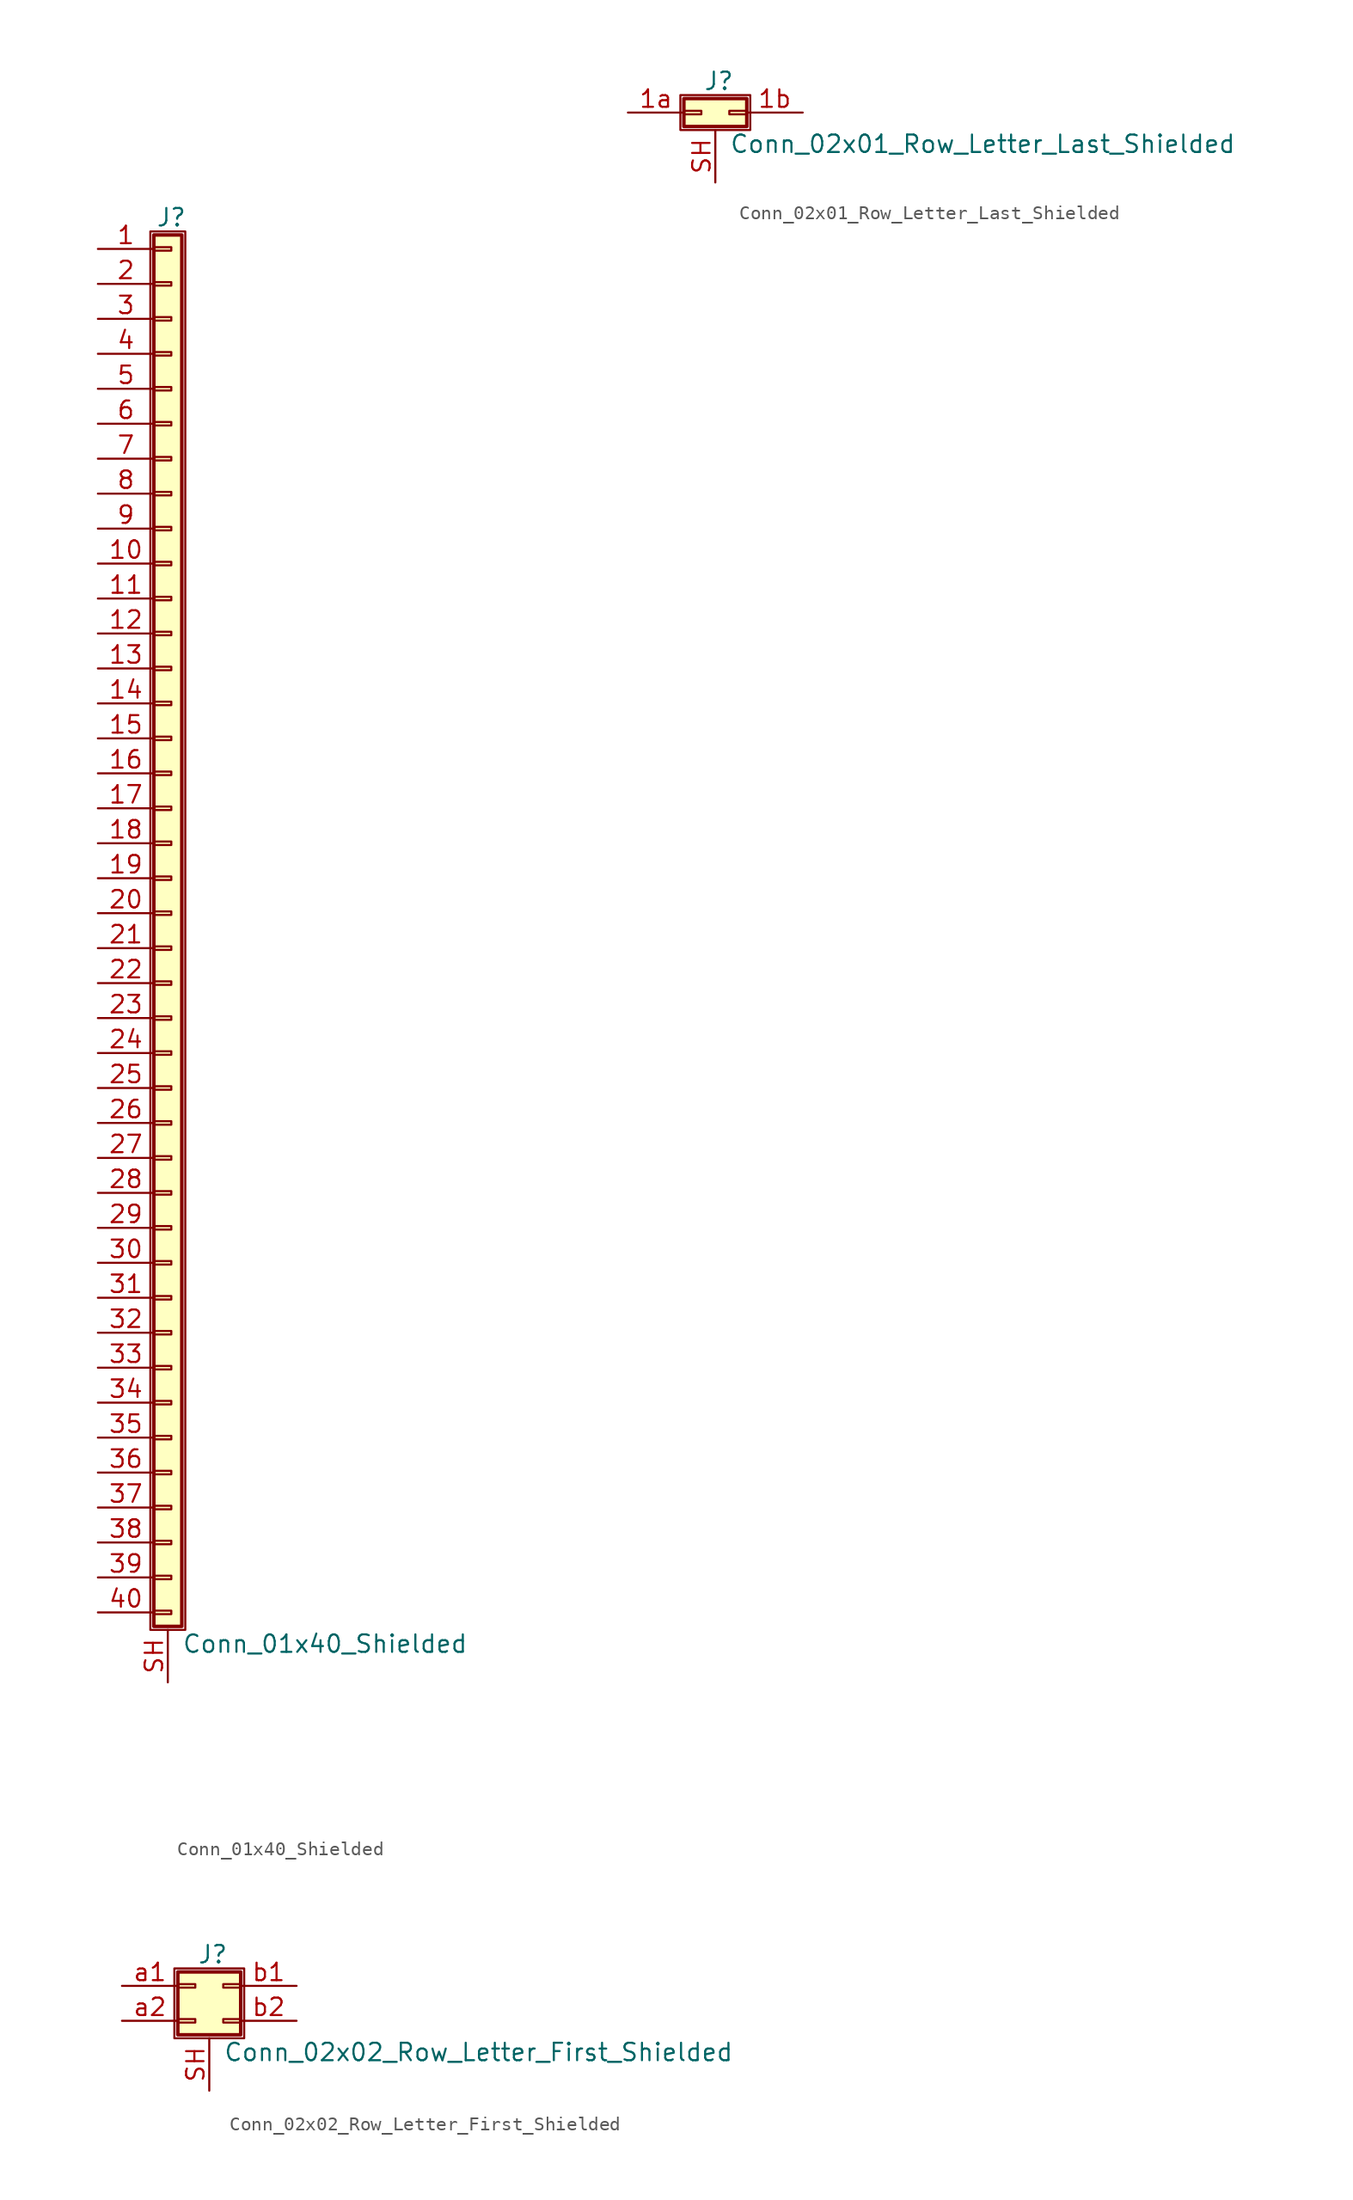
<source format=kicad_sym>
(kicad_symbol_lib
  (version 20220914)
  (generator kicad_symbol_editor)
  (symbol "Conn_01x40_Shielded"
    (pin_names
      (offset 1.016) hide)
    (property "Reference" "J"
      (at 0.254 50.546 0)
      (effects (font (size 1.27 1.27))))
    (property "Value" "Conn_01x40_Shielded"
      (at 1.016 -53.086 0)
      (effects (font (size 1.27 1.27)) (justify left)))
    (symbol "Conn_01x40_Shielded_1_1"
      (rectangle (start -1.27 49.53) (end 1.27 -52.07) (stroke (width 0.152) (type default)) (fill (type none)))
      (rectangle (start -1.016 -50.673) (end 0.254 -50.927) (stroke (width 0.152) (type default)) (fill (type none)))
      (rectangle (start -1.016 -48.133) (end 0.254 -48.387) (stroke (width 0.152) (type default)) (fill (type none)))
      (rectangle (start -1.016 -45.593) (end 0.254 -45.847) (stroke (width 0.152) (type default)) (fill (type none)))
      (rectangle (start -1.016 -43.053) (end 0.254 -43.307) (stroke (width 0.152) (type default)) (fill (type none)))
      (rectangle (start -1.016 -40.513) (end 0.254 -40.767) (stroke (width 0.152) (type default)) (fill (type none)))
      (rectangle (start -1.016 -37.973) (end 0.254 -38.227) (stroke (width 0.152) (type default)) (fill (type none)))
      (rectangle (start -1.016 -35.433) (end 0.254 -35.687) (stroke (width 0.152) (type default)) (fill (type none)))
      (rectangle (start -1.016 -32.893) (end 0.254 -33.147) (stroke (width 0.152) (type default)) (fill (type none)))
      (rectangle (start -1.016 -30.353) (end 0.254 -30.607) (stroke (width 0.152) (type default)) (fill (type none)))
      (rectangle (start -1.016 -27.813) (end 0.254 -28.067) (stroke (width 0.152) (type default)) (fill (type none)))
      (rectangle (start -1.016 -25.273) (end 0.254 -25.527) (stroke (width 0.152) (type default)) (fill (type none)))
      (rectangle (start -1.016 -22.733) (end 0.254 -22.987) (stroke (width 0.152) (type default)) (fill (type none)))
      (rectangle (start -1.016 -20.193) (end 0.254 -20.447) (stroke (width 0.152) (type default)) (fill (type none)))
      (rectangle (start -1.016 -17.653) (end 0.254 -17.907) (stroke (width 0.152) (type default)) (fill (type none)))
      (rectangle (start -1.016 -15.113) (end 0.254 -15.367) (stroke (width 0.152) (type default)) (fill (type none)))
      (rectangle (start -1.016 -12.573) (end 0.254 -12.827) (stroke (width 0.152) (type default)) (fill (type none)))
      (rectangle (start -1.016 -10.033) (end 0.254 -10.287) (stroke (width 0.152) (type default)) (fill (type none)))
      (rectangle (start -1.016 -7.493) (end 0.254 -7.747) (stroke (width 0.152) (type default)) (fill (type none)))
      (rectangle (start -1.016 -4.953) (end 0.254 -5.207) (stroke (width 0.152) (type default)) (fill (type none)))
      (rectangle (start -1.016 -2.413) (end 0.254 -2.667) (stroke (width 0.152) (type default)) (fill (type none)))
      (rectangle (start -1.016 0.127) (end 0.254 -0.127) (stroke (width 0.152) (type default)) (fill (type none)))
      (rectangle (start -1.016 2.667) (end 0.254 2.413) (stroke (width 0.152) (type default)) (fill (type none)))
      (rectangle (start -1.016 5.207) (end 0.254 4.953) (stroke (width 0.152) (type default)) (fill (type none)))
      (rectangle (start -1.016 7.747) (end 0.254 7.493) (stroke (width 0.152) (type default)) (fill (type none)))
      (rectangle (start -1.016 10.287) (end 0.254 10.033) (stroke (width 0.152) (type default)) (fill (type none)))
      (rectangle (start -1.016 12.827) (end 0.254 12.573) (stroke (width 0.152) (type default)) (fill (type none)))
      (rectangle (start -1.016 15.367) (end 0.254 15.113) (stroke (width 0.152) (type default)) (fill (type none)))
      (rectangle (start -1.016 17.907) (end 0.254 17.653) (stroke (width 0.152) (type default)) (fill (type none)))
      (rectangle (start -1.016 20.447) (end 0.254 20.193) (stroke (width 0.152) (type default)) (fill (type none)))
      (rectangle (start -1.016 22.987) (end 0.254 22.733) (stroke (width 0.152) (type default)) (fill (type none)))
      (rectangle (start -1.016 25.527) (end 0.254 25.273) (stroke (width 0.152) (type default)) (fill (type none)))
      (rectangle (start -1.016 28.067) (end 0.254 27.813) (stroke (width 0.152) (type default)) (fill (type none)))
      (rectangle (start -1.016 30.607) (end 0.254 30.353) (stroke (width 0.152) (type default)) (fill (type none)))
      (rectangle (start -1.016 33.147) (end 0.254 32.893) (stroke (width 0.152) (type default)) (fill (type none)))
      (rectangle (start -1.016 35.687) (end 0.254 35.433) (stroke (width 0.152) (type default)) (fill (type none)))
      (rectangle (start -1.016 38.227) (end 0.254 37.973) (stroke (width 0.152) (type default)) (fill (type none)))
      (rectangle (start -1.016 40.767) (end 0.254 40.513) (stroke (width 0.152) (type default)) (fill (type none)))
      (rectangle (start -1.016 43.307) (end 0.254 43.053) (stroke (width 0.152) (type default)) (fill (type none)))
      (rectangle (start -1.016 45.847) (end 0.254 45.593) (stroke (width 0.152) (type default)) (fill (type none)))
      (rectangle (start -1.016 48.387) (end 0.254 48.133) (stroke (width 0.152) (type default)) (fill (type none)))
      (rectangle (start -1.016 49.276) (end 1.016 -51.816) (stroke (width 0.254) (type default)) (fill (type background)))
      (pin passive line (at -5.08 48.26 0) (length 4.064) (name "Pin_1" (effects (font (size 1.27 1.27)))) (number "1" (effects (font (size 1.27 1.27)))))
      (pin passive line (at -5.08 25.4 0) (length 4.064) (name "Pin_10" (effects (font (size 1.27 1.27)))) (number "10" (effects (font (size 1.27 1.27)))))
      (pin passive line (at -5.08 22.86 0) (length 4.064) (name "Pin_11" (effects (font (size 1.27 1.27)))) (number "11" (effects (font (size 1.27 1.27)))))
      (pin passive line (at -5.08 20.32 0) (length 4.064) (name "Pin_12" (effects (font (size 1.27 1.27)))) (number "12" (effects (font (size 1.27 1.27)))))
      (pin passive line (at -5.08 17.78 0) (length 4.064) (name "Pin_13" (effects (font (size 1.27 1.27)))) (number "13" (effects (font (size 1.27 1.27)))))
      (pin passive line (at -5.08 15.24 0) (length 4.064) (name "Pin_14" (effects (font (size 1.27 1.27)))) (number "14" (effects (font (size 1.27 1.27)))))
      (pin passive line (at -5.08 12.7 0) (length 4.064) (name "Pin_15" (effects (font (size 1.27 1.27)))) (number "15" (effects (font (size 1.27 1.27)))))
      (pin passive line (at -5.08 10.16 0) (length 4.064) (name "Pin_16" (effects (font (size 1.27 1.27)))) (number "16" (effects (font (size 1.27 1.27)))))
      (pin passive line (at -5.08 7.62 0) (length 4.064) (name "Pin_17" (effects (font (size 1.27 1.27)))) (number "17" (effects (font (size 1.27 1.27)))))
      (pin passive line (at -5.08 5.08 0) (length 4.064) (name "Pin_18" (effects (font (size 1.27 1.27)))) (number "18" (effects (font (size 1.27 1.27)))))
      (pin passive line (at -5.08 2.54 0) (length 4.064) (name "Pin_19" (effects (font (size 1.27 1.27)))) (number "19" (effects (font (size 1.27 1.27)))))
      (pin passive line (at -5.08 45.72 0) (length 4.064) (name "Pin_2" (effects (font (size 1.27 1.27)))) (number "2" (effects (font (size 1.27 1.27)))))
      (pin passive line (at -5.08 0 0) (length 4.064) (name "Pin_20" (effects (font (size 1.27 1.27)))) (number "20" (effects (font (size 1.27 1.27)))))
      (pin passive line (at -5.08 -2.54 0) (length 4.064) (name "Pin_21" (effects (font (size 1.27 1.27)))) (number "21" (effects (font (size 1.27 1.27)))))
      (pin passive line (at -5.08 -5.08 0) (length 4.064) (name "Pin_22" (effects (font (size 1.27 1.27)))) (number "22" (effects (font (size 1.27 1.27)))))
      (pin passive line (at -5.08 -7.62 0) (length 4.064) (name "Pin_23" (effects (font (size 1.27 1.27)))) (number "23" (effects (font (size 1.27 1.27)))))
      (pin passive line (at -5.08 -10.16 0) (length 4.064) (name "Pin_24" (effects (font (size 1.27 1.27)))) (number "24" (effects (font (size 1.27 1.27)))))
      (pin passive line (at -5.08 -12.7 0) (length 4.064) (name "Pin_25" (effects (font (size 1.27 1.27)))) (number "25" (effects (font (size 1.27 1.27)))))
      (pin passive line (at -5.08 -15.24 0) (length 4.064) (name "Pin_26" (effects (font (size 1.27 1.27)))) (number "26" (effects (font (size 1.27 1.27)))))
      (pin passive line (at -5.08 -17.78 0) (length 4.064) (name "Pin_27" (effects (font (size 1.27 1.27)))) (number "27" (effects (font (size 1.27 1.27)))))
      (pin passive line (at -5.08 -20.32 0) (length 4.064) (name "Pin_28" (effects (font (size 1.27 1.27)))) (number "28" (effects (font (size 1.27 1.27)))))
      (pin passive line (at -5.08 -22.86 0) (length 4.064) (name "Pin_29" (effects (font (size 1.27 1.27)))) (number "29" (effects (font (size 1.27 1.27)))))
      (pin passive line (at -5.08 43.18 0) (length 4.064) (name "Pin_3" (effects (font (size 1.27 1.27)))) (number "3" (effects (font (size 1.27 1.27)))))
      (pin passive line (at -5.08 -25.4 0) (length 4.064) (name "Pin_30" (effects (font (size 1.27 1.27)))) (number "30" (effects (font (size 1.27 1.27)))))
      (pin passive line (at -5.08 -27.94 0) (length 4.064) (name "Pin_31" (effects (font (size 1.27 1.27)))) (number "31" (effects (font (size 1.27 1.27)))))
      (pin passive line (at -5.08 -30.48 0) (length 4.064) (name "Pin_32" (effects (font (size 1.27 1.27)))) (number "32" (effects (font (size 1.27 1.27)))))
      (pin passive line (at -5.08 -33.02 0) (length 4.064) (name "Pin_33" (effects (font (size 1.27 1.27)))) (number "33" (effects (font (size 1.27 1.27)))))
      (pin passive line (at -5.08 -35.56 0) (length 4.064) (name "Pin_34" (effects (font (size 1.27 1.27)))) (number "34" (effects (font (size 1.27 1.27)))))
      (pin passive line (at -5.08 -38.1 0) (length 4.064) (name "Pin_35" (effects (font (size 1.27 1.27)))) (number "35" (effects (font (size 1.27 1.27)))))
      (pin passive line (at -5.08 -40.64 0) (length 4.064) (name "Pin_36" (effects (font (size 1.27 1.27)))) (number "36" (effects (font (size 1.27 1.27)))))
      (pin passive line (at -5.08 -43.18 0) (length 4.064) (name "Pin_37" (effects (font (size 1.27 1.27)))) (number "37" (effects (font (size 1.27 1.27)))))
      (pin passive line (at -5.08 -45.72 0) (length 4.064) (name "Pin_38" (effects (font (size 1.27 1.27)))) (number "38" (effects (font (size 1.27 1.27)))))
      (pin passive line (at -5.08 -48.26 0) (length 4.064) (name "Pin_39" (effects (font (size 1.27 1.27)))) (number "39" (effects (font (size 1.27 1.27)))))
      (pin passive line (at -5.08 40.64 0) (length 4.064) (name "Pin_4" (effects (font (size 1.27 1.27)))) (number "4" (effects (font (size 1.27 1.27)))))
      (pin passive line (at -5.08 -50.8 0) (length 4.064) (name "Pin_40" (effects (font (size 1.27 1.27)))) (number "40" (effects (font (size 1.27 1.27)))))
      (pin passive line (at -5.08 38.1 0) (length 4.064) (name "Pin_5" (effects (font (size 1.27 1.27)))) (number "5" (effects (font (size 1.27 1.27)))))
      (pin passive line (at -5.08 35.56 0) (length 4.064) (name "Pin_6" (effects (font (size 1.27 1.27)))) (number "6" (effects (font (size 1.27 1.27)))))
      (pin passive line (at -5.08 33.02 0) (length 4.064) (name "Pin_7" (effects (font (size 1.27 1.27)))) (number "7" (effects (font (size 1.27 1.27)))))
      (pin passive line (at -5.08 30.48 0) (length 4.064) (name "Pin_8" (effects (font (size 1.27 1.27)))) (number "8" (effects (font (size 1.27 1.27)))))
      (pin passive line (at -5.08 27.94 0) (length 4.064) (name "Pin_9" (effects (font (size 1.27 1.27)))) (number "9" (effects (font (size 1.27 1.27)))))
      (pin passive line (at 0 -55.88 90) (length 3.81) (name "Shield" (effects (font (size 1.27 1.27)))) (number "SH" (effects (font (size 1.27 1.27)))))))
  (symbol "Conn_02x01_Row_Letter_Last_Shielded"
    (pin_names
      (offset 1.016) hide)
    (property "Reference" "J"
      (at 1.524 2.286 0)
      (effects (font (size 1.27 1.27))))
    (property "Value" "Conn_02x01_Row_Letter_Last_Shielded"
      (at 2.286 -2.286 0)
      (effects (font (size 1.27 1.27)) (justify left)))
    (symbol "Conn_02x01_Row_Letter_Last_Shielded_1_1"
      (rectangle (start -1.27 1.27) (end 3.81 -1.27) (stroke (width 0.152) (type default)) (fill (type none)))
      (rectangle (start -1.016 0.127) (end 0.254 -0.127) (stroke (width 0.152) (type default)) (fill (type none)))
      (rectangle (start -1.016 1.016) (end 3.556 -1.016) (stroke (width 0.254) (type default)) (fill (type background)))
      (rectangle (start 3.556 0.127) (end 2.286 -0.127) (stroke (width 0.152) (type default)) (fill (type none)))
      (pin passive line (at -5.08 0 0) (length 4.064) (name "Pin_1a" (effects (font (size 1.27 1.27)))) (number "1a" (effects (font (size 1.27 1.27)))))
      (pin passive line (at 7.62 0 180) (length 4.064) (name "Pin_1b" (effects (font (size 1.27 1.27)))) (number "1b" (effects (font (size 1.27 1.27)))))
      (pin passive line (at 1.27 -5.08 90) (length 3.81) (name "Shield" (effects (font (size 1.27 1.27)))) (number "SH" (effects (font (size 1.27 1.27)))))))
  (symbol "Conn_02x02_Row_Letter_First_Shielded"
    (pin_names
      (offset 1.016) hide)
    (property "Reference" "J"
      (at 1.524 2.286 0)
      (effects (font (size 1.27 1.27))))
    (property "Value" "Conn_02x02_Row_Letter_First_Shielded"
      (at 2.286 -4.826 0)
      (effects (font (size 1.27 1.27)) (justify left)))
    (symbol "Conn_02x02_Row_Letter_First_Shielded_1_1"
      (rectangle (start -1.27 1.27) (end 3.81 -3.81) (stroke (width 0.152) (type default)) (fill (type none)))
      (rectangle (start -1.016 -2.413) (end 0.254 -2.667) (stroke (width 0.152) (type default)) (fill (type none)))
      (rectangle (start -1.016 0.127) (end 0.254 -0.127) (stroke (width 0.152) (type default)) (fill (type none)))
      (rectangle (start -1.016 1.016) (end 3.556 -3.556) (stroke (width 0.254) (type default)) (fill (type background)))
      (rectangle (start 3.556 -2.413) (end 2.286 -2.667) (stroke (width 0.152) (type default)) (fill (type none)))
      (rectangle (start 3.556 0.127) (end 2.286 -0.127) (stroke (width 0.152) (type default)) (fill (type none)))
      (pin passive line (at 1.27 -7.62 90) (length 3.81) (name "Shield" (effects (font (size 1.27 1.27)))) (number "SH" (effects (font (size 1.27 1.27)))))
      (pin passive line (at -5.08 0 0) (length 4.064) (name "Pin_a1" (effects (font (size 1.27 1.27)))) (number "a1" (effects (font (size 1.27 1.27)))))
      (pin passive line (at -5.08 -2.54 0) (length 4.064) (name "Pin_a2" (effects (font (size 1.27 1.27)))) (number "a2" (effects (font (size 1.27 1.27)))))
      (pin passive line (at 7.62 0 180) (length 4.064) (name "Pin_b1" (effects (font (size 1.27 1.27)))) (number "b1" (effects (font (size 1.27 1.27)))))
      (pin passive line (at 7.62 -2.54 180) (length 4.064) (name "Pin_b2" (effects (font (size 1.27 1.27)))) (number "b2" (effects (font (size 1.27 1.27))))))))
</source>
